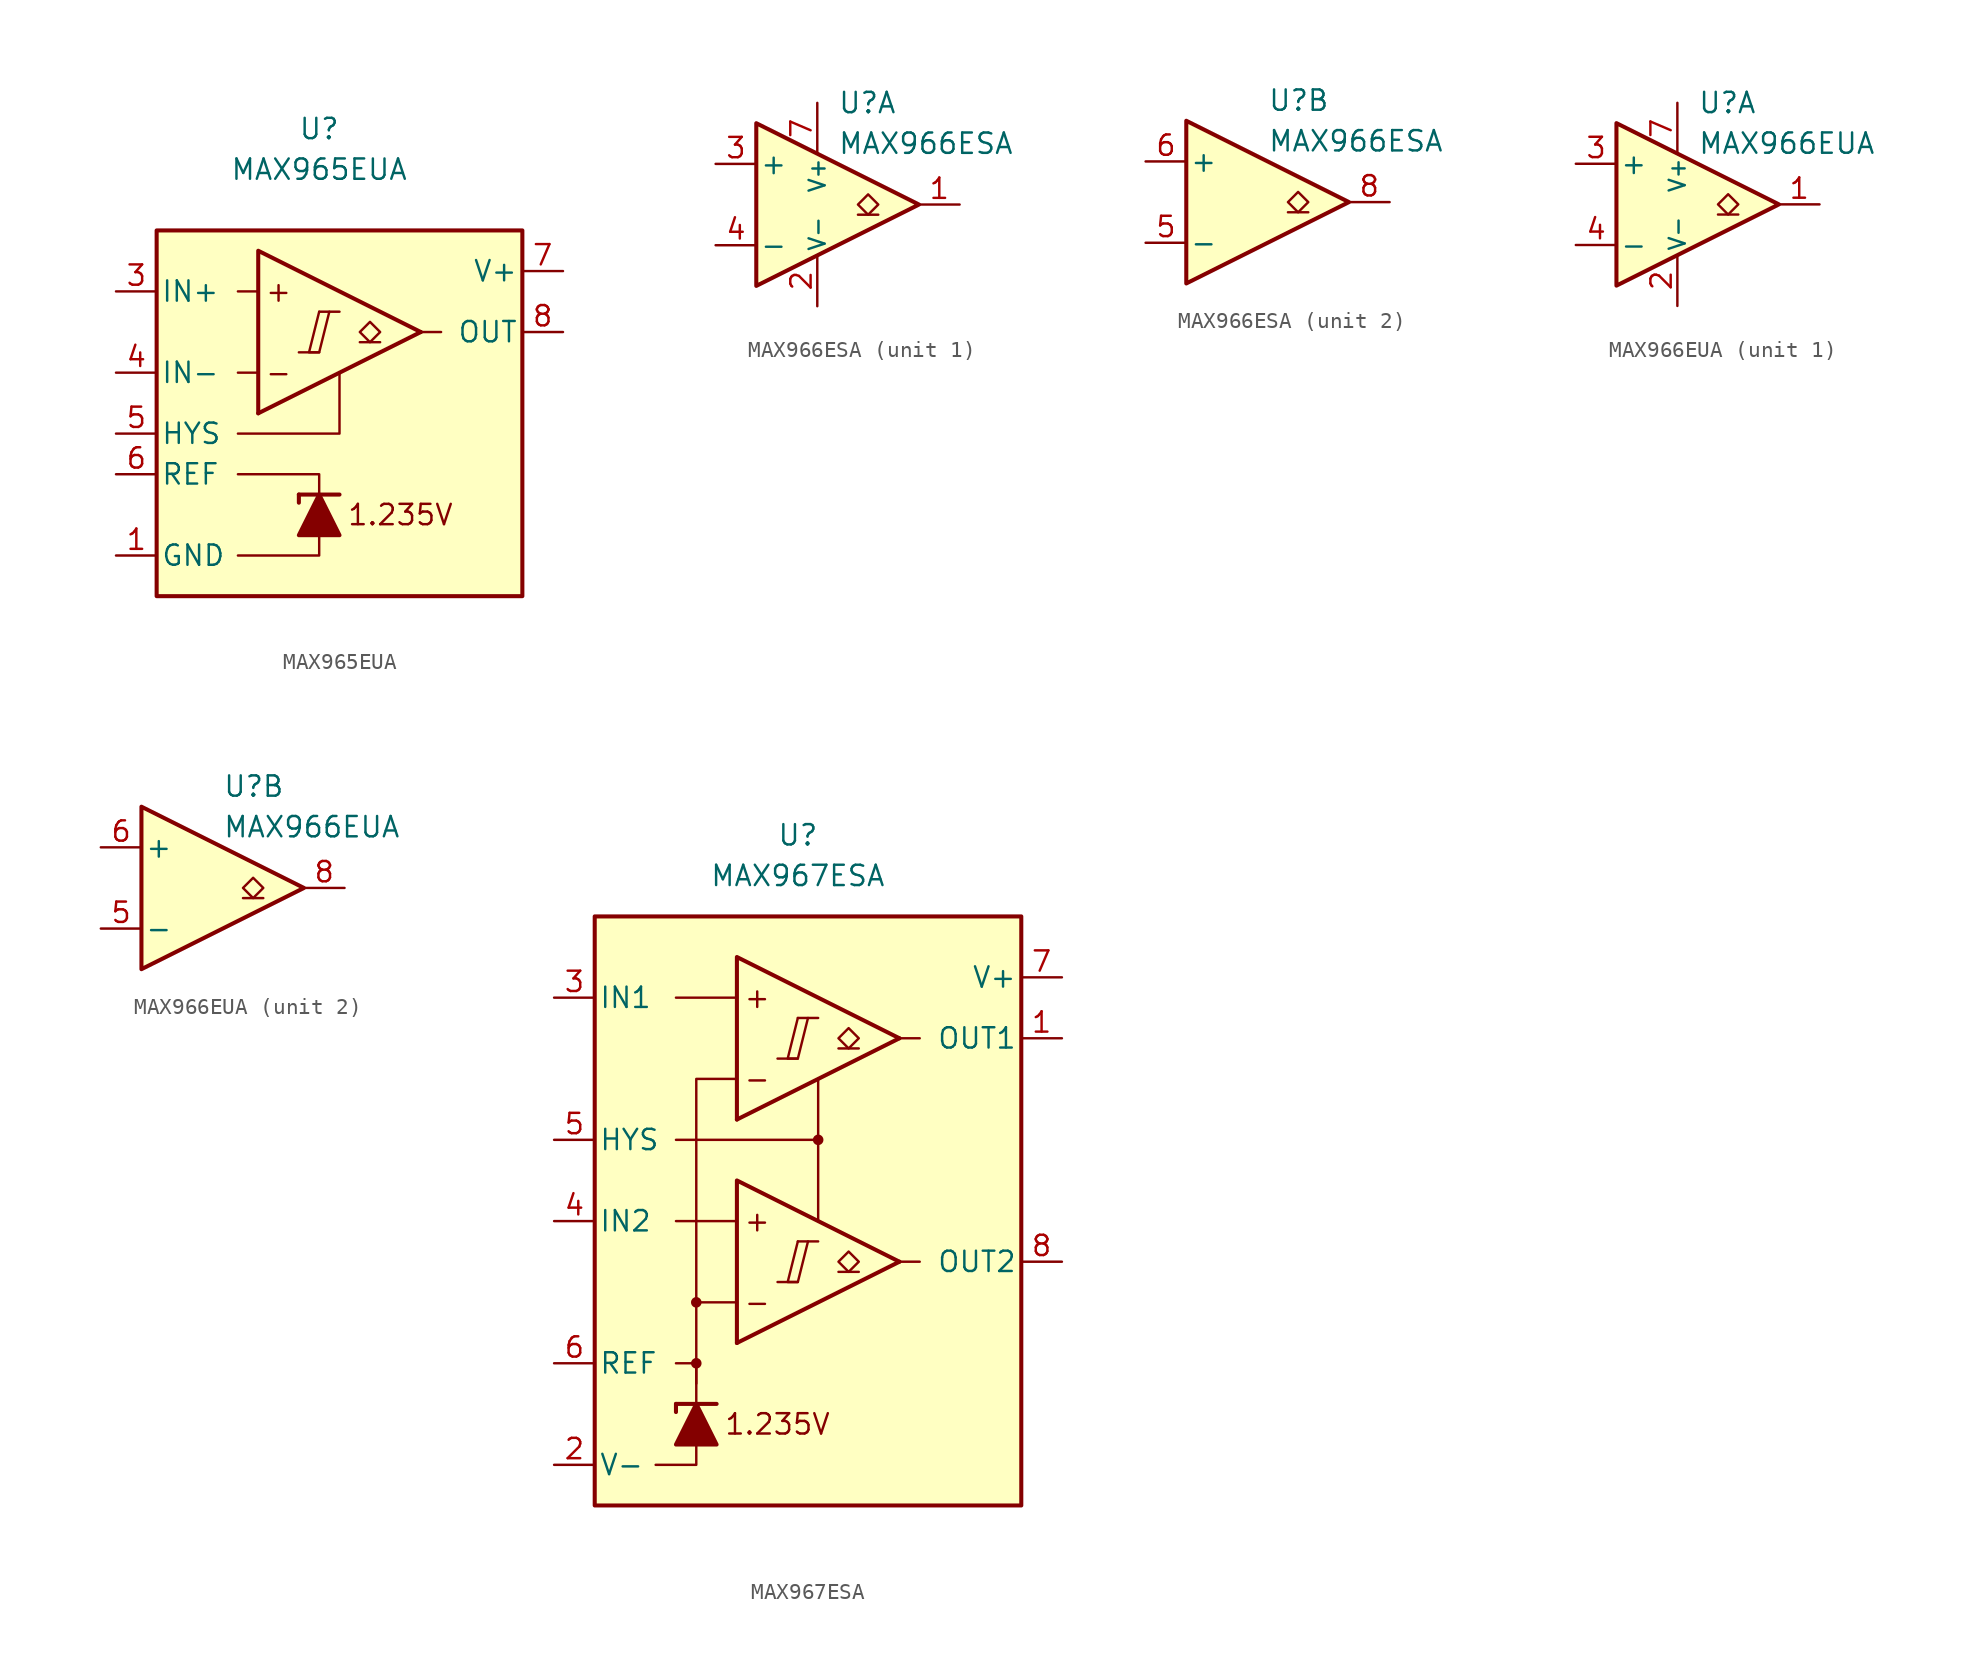
<source format=kicad_sym>
(kicad_symbol_lib
  (version 20231120)
  (generator "kicad_symbol_editor")
  (generator_version "8.0")
  (symbol "MAX965EUA"
    (pin_names
      (offset 0.254))
    (property "Reference" "U"
      (at 0 16.51 0)
      (effects (font (size 1.27 1.27))))
    (property "Value" "MAX965EUA"
      (at 0 13.97 0)
      (effects (font (size 1.27 1.27))))
    (symbol "MAX965EUA_0_0"
      (polyline (pts (xy -1.27 2.54) (xy 0 2.54)) (stroke (width 0.152) (type default)) (fill (type none)))
      (polyline (pts (xy 0 5.08) (xy 1.27 5.08)) (stroke (width 0.152) (type default)) (fill (type none)))
      (polyline (pts (xy 6.35 3.81) (xy -3.81 -1.27)) (stroke (width 0.254) (type default)) (fill (type none)))
      (polyline (pts (xy 6.35 3.81) (xy -3.81 8.89) (xy -3.81 -1.27)) (stroke (width 0.254) (type default)) (fill (type background)))
      (polyline (pts (xy 0 5.08) (xy -0.635 2.54) (xy 0 2.54) (xy 0.635 5.08)) (stroke (width 0.152) (type default)) (fill (type none)))
      (text "+" (at -2.54 6.35 0) (effects (font (size 1.27 1.27))))
      (text "-" (at -2.54 1.27 0) (effects (font (size 1.27 1.27))))
      (text "1.235V" (at 5.08 -7.62 0) (effects (font (size 1.27 1.27)))))
    (symbol "MAX965EUA_0_1"
      (polyline (pts (xy -3.81 1.27) (xy -5.08 1.27)) (stroke (width 0) (type default)) (fill (type none)))
      (polyline (pts (xy -3.81 6.35) (xy -5.08 6.35)) (stroke (width 0) (type default)) (fill (type none)))
      (polyline (pts (xy -1.27 -6.35) (xy -1.27 -6.858)) (stroke (width 0.254) (type default)) (fill (type none)))
      (polyline (pts (xy -1.27 -6.35) (xy 1.27 -6.35)) (stroke (width 0.254) (type default)) (fill (type none)))
      (polyline (pts (xy 6.35 3.81) (xy 7.62 3.81)) (stroke (width 0) (type default)) (fill (type none)))
      (polyline (pts (xy 0 -8.89) (xy 0 -10.16) (xy -5.08 -10.16)) (stroke (width 0) (type default)) (fill (type none)))
      (polyline (pts (xy 0 -6.35) (xy 0 -5.08) (xy -5.08 -5.08)) (stroke (width 0) (type default)) (fill (type none)))
      (polyline (pts (xy 1.27 1.27) (xy 1.27 -2.54) (xy -5.08 -2.54)) (stroke (width 0) (type default)) (fill (type none)))
      (polyline (pts (xy 1.27 -8.89) (xy -1.27 -8.89) (xy 0 -6.35) (xy 1.27 -8.89)) (stroke (width 0.254) (type default)) (fill (type outline)))
      (rectangle (start 12.7 10.16) (end -10.16 -12.7) (stroke (width 0.254) (type default)) (fill (type background))))
    (symbol "MAX965EUA_1_1"
      (polyline (pts (xy 3.81 3.175) (xy 2.54 3.175)) (stroke (width 0.152) (type default)) (fill (type none)))
      (polyline (pts (xy 3.175 3.175) (xy 2.54 3.81) (xy 3.175 4.445) (xy 3.81 3.81) (xy 3.175 3.175)) (stroke (width 0.152) (type default)) (fill (type none)))
      (pin power_in line (at -12.7 -10.16 0) (length 2.54) (name "GND" (effects (font (size 1.27 1.27)))) (number "1" (effects (font (size 1.27 1.27)))))
      (pin free line (at 0 0 0) (length 2.54) hide (name "NC" (effects (font (size 1.27 1.27)))) (number "2" (effects (font (size 1.27 1.27)))))
      (pin input line (at -12.7 6.35 0) (length 2.54) (name "IN+" (effects (font (size 1.27 1.27)))) (number "3" (effects (font (size 1.27 1.27)))))
      (pin input line (at -12.7 1.27 0) (length 2.54) (name "IN-" (effects (font (size 1.27 1.27)))) (number "4" (effects (font (size 1.27 1.27)))))
      (pin input line (at -12.7 -2.54 0) (length 2.54) (name "HYS" (effects (font (size 1.27 1.27)))) (number "5" (effects (font (size 1.27 1.27)))))
      (pin output line (at -12.7 -5.08 0) (length 2.54) (name "REF" (effects (font (size 1.27 1.27)))) (number "6" (effects (font (size 1.27 1.27)))))
      (pin power_in line (at 15.24 7.62 180) (length 2.54) (name "V+" (effects (font (size 1.27 1.27)))) (number "7" (effects (font (size 1.27 1.27)))))
      (pin open_collector line (at 15.24 3.81 180) (length 2.54) (name "OUT" (effects (font (size 1.27 1.27)))) (number "8" (effects (font (size 1.27 1.27)))))))
  (symbol "MAX966ESA"
    (pin_names
      (offset 0.2))
    (property "Reference" "U"
      (at 1.27 6.35 0)
      (effects (font (size 1.27 1.27)) (justify left)))
    (property "Value" "MAX966ESA"
      (at 1.27 3.81 0)
      (effects (font (size 1.27 1.27)) (justify left)))
    (property "ki_locked" ""
      (at 0 0 0)
      (effects (font (size 1.27 1.27))))
    (symbol "MAX966ESA_0_1"
      (polyline (pts (xy -3.81 5.08) (xy -3.81 -5.08) (xy 6.35 0) (xy -3.81 5.08)) (stroke (width 0.254) (type default)) (fill (type background))))
    (symbol "MAX966ESA_1_1"
      (polyline (pts (xy 3.81 -0.635) (xy 2.54 -0.635)) (stroke (width 0.152) (type default)) (fill (type none)))
      (polyline (pts (xy 3.175 -0.635) (xy 2.54 0) (xy 3.175 0.635) (xy 3.81 0) (xy 3.175 -0.635)) (stroke (width 0.152) (type default)) (fill (type none)))
      (pin output line (at 8.89 0 180) (length 2.54) (name "~" (effects (font (size 1.27 1.27)))) (number "1" (effects (font (size 1.27 1.27)))))
      (pin power_in line (at 0 -6.35 90) (length 3.18) (name "V-" (effects (font (size 1 1)))) (number "2" (effects (font (size 1.27 1.27)))))
      (pin input line (at -6.35 2.54 0) (length 2.54) (name "+" (effects (font (size 1.27 1.27)))) (number "3" (effects (font (size 1.27 1.27)))))
      (pin input line (at -6.35 -2.54 0) (length 2.54) (name "-" (effects (font (size 1.27 1.27)))) (number "4" (effects (font (size 1.27 1.27)))))
      (pin power_in line (at 0 6.35 270) (length 3.18) (name "V+" (effects (font (size 1 1)))) (number "7" (effects (font (size 1.27 1.27))))))
    (symbol "MAX966ESA_2_1"
      (polyline (pts (xy 3.81 -0.635) (xy 2.54 -0.635)) (stroke (width 0.152) (type default)) (fill (type none)))
      (polyline (pts (xy 3.175 -0.635) (xy 2.54 0) (xy 3.175 0.635) (xy 3.81 0) (xy 3.175 -0.635)) (stroke (width 0.152) (type default)) (fill (type none)))
      (pin input line (at -6.35 -2.54 0) (length 2.54) (name "-" (effects (font (size 1.27 1.27)))) (number "5" (effects (font (size 1.27 1.27)))))
      (pin input line (at -6.35 2.54 0) (length 2.54) (name "+" (effects (font (size 1.27 1.27)))) (number "6" (effects (font (size 1.27 1.27)))))
      (pin output line (at 8.89 0 180) (length 2.54) (name "~" (effects (font (size 1.27 1.27)))) (number "8" (effects (font (size 1.27 1.27)))))))
  (symbol "MAX966EUA"
    (pin_names
      (offset 0.2))
    (property "Reference" "U"
      (at 1.27 6.35 0)
      (effects (font (size 1.27 1.27)) (justify left)))
    (property "Value" "MAX966EUA"
      (at 1.27 3.81 0)
      (effects (font (size 1.27 1.27)) (justify left)))
    (property "ki_locked" ""
      (at 0 0 0)
      (effects (font (size 1.27 1.27))))
    (symbol "MAX966EUA_0_1"
      (polyline (pts (xy -3.81 5.08) (xy -3.81 -5.08) (xy 6.35 0) (xy -3.81 5.08)) (stroke (width 0.254) (type default)) (fill (type background))))
    (symbol "MAX966EUA_1_1"
      (polyline (pts (xy 3.81 -0.635) (xy 2.54 -0.635)) (stroke (width 0.152) (type default)) (fill (type none)))
      (polyline (pts (xy 3.175 -0.635) (xy 2.54 0) (xy 3.175 0.635) (xy 3.81 0) (xy 3.175 -0.635)) (stroke (width 0.152) (type default)) (fill (type none)))
      (pin output line (at 8.89 0 180) (length 2.54) (name "~" (effects (font (size 1.27 1.27)))) (number "1" (effects (font (size 1.27 1.27)))))
      (pin power_in line (at 0 -6.35 90) (length 3.18) (name "V-" (effects (font (size 1 1)))) (number "2" (effects (font (size 1.27 1.27)))))
      (pin input line (at -6.35 2.54 0) (length 2.54) (name "+" (effects (font (size 1.27 1.27)))) (number "3" (effects (font (size 1.27 1.27)))))
      (pin input line (at -6.35 -2.54 0) (length 2.54) (name "-" (effects (font (size 1.27 1.27)))) (number "4" (effects (font (size 1.27 1.27)))))
      (pin power_in line (at 0 6.35 270) (length 3.18) (name "V+" (effects (font (size 1 1)))) (number "7" (effects (font (size 1.27 1.27))))))
    (symbol "MAX966EUA_2_1"
      (polyline (pts (xy 3.81 -0.635) (xy 2.54 -0.635)) (stroke (width 0.152) (type default)) (fill (type none)))
      (polyline (pts (xy 3.175 -0.635) (xy 2.54 0) (xy 3.175 0.635) (xy 3.81 0) (xy 3.175 -0.635)) (stroke (width 0.152) (type default)) (fill (type none)))
      (pin input line (at -6.35 -2.54 0) (length 2.54) (name "-" (effects (font (size 1.27 1.27)))) (number "5" (effects (font (size 1.27 1.27)))))
      (pin input line (at -6.35 2.54 0) (length 2.54) (name "+" (effects (font (size 1.27 1.27)))) (number "6" (effects (font (size 1.27 1.27)))))
      (pin output line (at 8.89 0 180) (length 2.54) (name "~" (effects (font (size 1.27 1.27)))) (number "8" (effects (font (size 1.27 1.27)))))))
  (symbol "MAX967ESA"
    (pin_names
      (offset 0.254))
    (property "Reference" "U"
      (at -1.27 22.86 0)
      (effects (font (size 1.27 1.27))))
    (property "Value" "MAX967ESA"
      (at -1.27 20.32 0)
      (effects (font (size 1.27 1.27))))
    (symbol "MAX967ESA_0_0"
      (rectangle (start -13.97 17.78) (end 12.7 -19.05) (stroke (width 0.254) (type default)) (fill (type background)))
      (circle (center -7.62 -10.16) (radius 0.254) (stroke (width 0.152) (type default)) (fill (type outline)))
      (circle (center -7.62 -6.35) (radius 0.254) (stroke (width 0.152) (type default)) (fill (type outline)))
      (polyline (pts (xy -2.54 -5.08) (xy -1.27 -5.08)) (stroke (width 0.152) (type default)) (fill (type none)))
      (polyline (pts (xy -2.54 8.89) (xy -1.27 8.89)) (stroke (width 0.152) (type default)) (fill (type none)))
      (polyline (pts (xy -1.27 -2.54) (xy 0 -2.54)) (stroke (width 0.152) (type default)) (fill (type none)))
      (polyline (pts (xy -1.27 11.43) (xy 0 11.43)) (stroke (width 0.152) (type default)) (fill (type none)))
      (polyline (pts (xy 5.08 -3.81) (xy -5.08 -8.89)) (stroke (width 0.254) (type default)) (fill (type none)))
      (polyline (pts (xy 5.08 10.16) (xy -5.08 5.08)) (stroke (width 0.254) (type default)) (fill (type none)))
      (polyline (pts (xy 5.08 -3.81) (xy -5.08 1.27) (xy -5.08 -8.89)) (stroke (width 0.254) (type default)) (fill (type background)))
      (polyline (pts (xy 5.08 10.16) (xy -5.08 15.24) (xy -5.08 5.08)) (stroke (width 0.254) (type default)) (fill (type background)))
      (polyline (pts (xy -1.27 -2.54) (xy -1.905 -5.08) (xy -1.27 -5.08) (xy -0.635 -2.54)) (stroke (width 0.152) (type default)) (fill (type none)))
      (polyline (pts (xy -1.27 11.43) (xy -1.905 8.89) (xy -1.27 8.89) (xy -0.635 11.43)) (stroke (width 0.152) (type default)) (fill (type none)))
      (circle (center 0 3.81) (radius 0.254) (stroke (width 0.152) (type default)) (fill (type outline)))
      (text "+" (at -3.81 -1.27 0) (effects (font (size 1.27 1.27))))
      (text "+" (at -3.81 12.7 0) (effects (font (size 1.27 1.27))))
      (text "-" (at -3.81 -6.35 0) (effects (font (size 1.27 1.27))))
      (text "-" (at -3.81 7.62 0) (effects (font (size 1.27 1.27))))
      (text "1.235V" (at -2.54 -13.97 0) (effects (font (size 1.27 1.27)))))
    (symbol "MAX967ESA_0_1"
      (polyline (pts (xy -8.89 -12.7) (xy -8.89 -13.208)) (stroke (width 0.254) (type default)) (fill (type none)))
      (polyline (pts (xy -8.89 -12.7) (xy -6.35 -12.7)) (stroke (width 0.254) (type default)) (fill (type none)))
      (polyline (pts (xy -5.08 -1.27) (xy -8.89 -1.27)) (stroke (width 0) (type default)) (fill (type none)))
      (polyline (pts (xy -5.08 12.7) (xy -8.89 12.7)) (stroke (width 0) (type default)) (fill (type none)))
      (polyline (pts (xy 0 3.81) (xy 0 -1.27)) (stroke (width 0) (type default)) (fill (type none)))
      (polyline (pts (xy 5.08 -3.81) (xy 6.35 -3.81)) (stroke (width 0) (type default)) (fill (type none)))
      (polyline (pts (xy 5.08 10.16) (xy 6.35 10.16)) (stroke (width 0) (type default)) (fill (type none)))
      (polyline (pts (xy -7.62 -15.24) (xy -7.62 -16.51) (xy -10.16 -16.51)) (stroke (width 0) (type default)) (fill (type none)))
      (polyline (pts (xy -7.62 -12.7) (xy -7.62 -10.16) (xy -8.89 -10.16)) (stroke (width 0) (type default)) (fill (type none)))
      (polyline (pts (xy -7.62 -11.43) (xy -7.62 -6.35) (xy -5.08 -6.35)) (stroke (width 0) (type default)) (fill (type none)))
      (polyline (pts (xy -7.62 -6.35) (xy -7.62 7.62) (xy -5.08 7.62)) (stroke (width 0) (type default)) (fill (type none)))
      (polyline (pts (xy 0 7.62) (xy 0 3.81) (xy -8.89 3.81)) (stroke (width 0) (type default)) (fill (type none)))
      (polyline (pts (xy -6.35 -15.24) (xy -8.89 -15.24) (xy -7.62 -12.7) (xy -6.35 -15.24)) (stroke (width 0.254) (type default)) (fill (type outline))))
    (symbol "MAX967ESA_1_1"
      (polyline (pts (xy 2.54 -4.445) (xy 1.27 -4.445)) (stroke (width 0.152) (type default)) (fill (type none)))
      (polyline (pts (xy 2.54 9.525) (xy 1.27 9.525)) (stroke (width 0.152) (type default)) (fill (type none)))
      (polyline (pts (xy 1.905 -4.445) (xy 1.27 -3.81) (xy 1.905 -3.175) (xy 2.54 -3.81) (xy 1.905 -4.445)) (stroke (width 0.152) (type default)) (fill (type none)))
      (polyline (pts (xy 1.905 9.525) (xy 1.27 10.16) (xy 1.905 10.795) (xy 2.54 10.16) (xy 1.905 9.525)) (stroke (width 0.152) (type default)) (fill (type none)))
      (pin output line (at 15.24 10.16 180) (length 2.54) (name "OUT1" (effects (font (size 1.27 1.27)))) (number "1" (effects (font (size 1.27 1.27)))))
      (pin power_in line (at -16.51 -16.51 0) (length 2.54) (name "V-" (effects (font (size 1.27 1.27)))) (number "2" (effects (font (size 1.27 1.27)))))
      (pin input line (at -16.51 12.7 0) (length 2.54) (name "IN1" (effects (font (size 1.27 1.27)))) (number "3" (effects (font (size 1.27 1.27)))))
      (pin input line (at -16.51 -1.27 0) (length 2.54) (name "IN2" (effects (font (size 1.27 1.27)))) (number "4" (effects (font (size 1.27 1.27)))))
      (pin input line (at -16.51 3.81 0) (length 2.54) (name "HYS" (effects (font (size 1.27 1.27)))) (number "5" (effects (font (size 1.27 1.27)))))
      (pin output line (at -16.51 -10.16 0) (length 2.54) (name "REF" (effects (font (size 1.27 1.27)))) (number "6" (effects (font (size 1.27 1.27)))))
      (pin power_in line (at 15.24 13.97 180) (length 2.54) (name "V+" (effects (font (size 1.27 1.27)))) (number "7" (effects (font (size 1.27 1.27)))))
      (pin output line (at 15.24 -3.81 180) (length 2.54) (name "OUT2" (effects (font (size 1.27 1.27)))) (number "8" (effects (font (size 1.27 1.27))))))))
</source>
